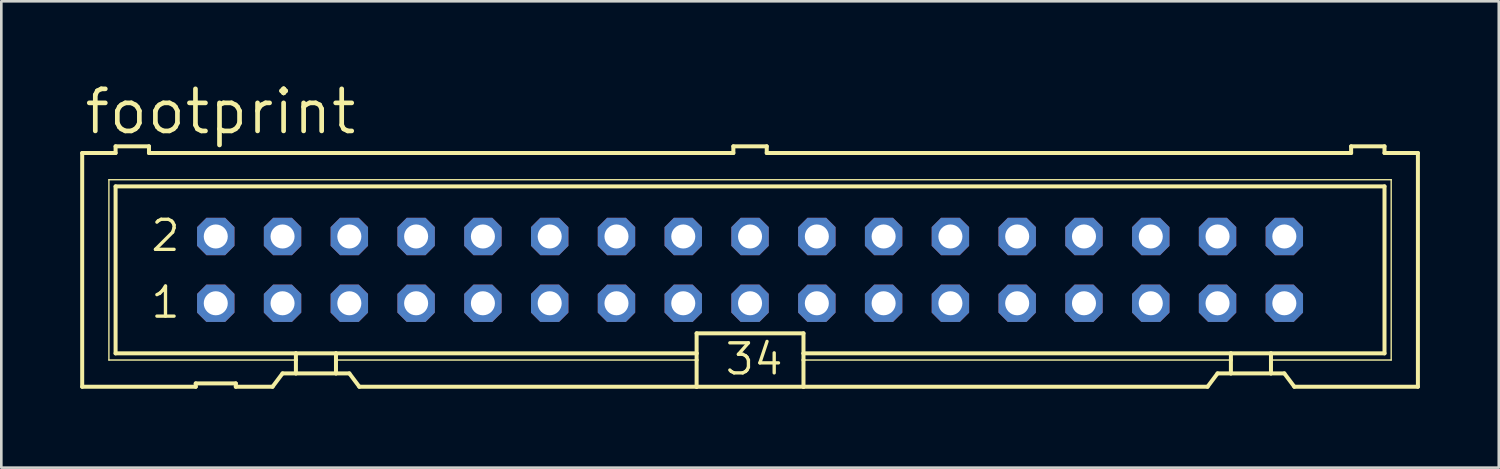
<source format=kicad_pcb>
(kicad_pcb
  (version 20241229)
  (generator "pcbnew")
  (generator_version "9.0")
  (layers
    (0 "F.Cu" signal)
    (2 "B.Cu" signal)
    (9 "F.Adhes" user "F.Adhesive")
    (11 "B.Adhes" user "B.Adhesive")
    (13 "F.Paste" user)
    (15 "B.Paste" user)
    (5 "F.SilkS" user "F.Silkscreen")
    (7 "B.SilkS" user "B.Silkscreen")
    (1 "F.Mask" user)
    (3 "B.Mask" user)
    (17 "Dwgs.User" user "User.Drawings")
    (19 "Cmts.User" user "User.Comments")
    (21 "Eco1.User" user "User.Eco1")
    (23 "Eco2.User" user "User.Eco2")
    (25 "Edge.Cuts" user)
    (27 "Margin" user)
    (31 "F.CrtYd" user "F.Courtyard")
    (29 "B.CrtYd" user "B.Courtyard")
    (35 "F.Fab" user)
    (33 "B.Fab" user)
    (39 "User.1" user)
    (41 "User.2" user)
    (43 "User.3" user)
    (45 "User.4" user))
  (footprint "footprint"
    (layer "F.Cu")
    (at 25.476 7.214)
    (property "Reference" "footprint" (at -25.4 -5.08 0) (layer "F.SilkS") (effects (font (size 1.6 1.6) (thickness 0.178)) (justify left bottom)))
    (fp_line (start -25.4 -4.445) (end -25.4 4.445) (stroke (width 0.152) (type solid)) (layer "F.SilkS"))
    (fp_line (start -25.4 -4.445) (end -24.13 -4.445) (stroke (width 0.152) (type solid)) (layer "F.SilkS"))
    (fp_line (start -25.4 4.445) (end -21.082 4.445) (stroke (width 0.152) (type solid)) (layer "F.SilkS"))
    (fp_line (start -24.384 -3.429) (end -24.384 3.429) (stroke (width 0.051) (type solid)) (layer "F.SilkS"))
    (fp_line (start -24.384 3.429) (end -17.272 3.429) (stroke (width 0.051) (type solid)) (layer "F.SilkS"))
    (fp_line (start -24.13 -4.699) (end -24.13 -4.445) (stroke (width 0.152) (type solid)) (layer "F.SilkS"))
    (fp_line (start -24.13 -3.175) (end -24.13 3.175) (stroke (width 0.152) (type solid)) (layer "F.SilkS"))
    (fp_line (start -24.13 -3.175) (end 24.13 -3.175) (stroke (width 0.152) (type solid)) (layer "F.SilkS"))
    (fp_line (start -22.86 -4.699) (end -24.13 -4.699) (stroke (width 0.152) (type solid)) (layer "F.SilkS"))
    (fp_line (start -22.86 -4.699) (end -22.86 -4.445) (stroke (width 0.152) (type solid)) (layer "F.SilkS"))
    (fp_line (start -22.86 -4.445) (end -0.635 -4.445) (stroke (width 0.152) (type solid)) (layer "F.SilkS"))
    (fp_line (start -21.082 4.318) (end -21.082 4.445) (stroke (width 0.152) (type solid)) (layer "F.SilkS"))
    (fp_line (start -21.082 4.318) (end -19.558 4.318) (stroke (width 0.152) (type solid)) (layer "F.SilkS"))
    (fp_line (start -19.558 4.445) (end -19.558 4.318) (stroke (width 0.152) (type solid)) (layer "F.SilkS"))
    (fp_line (start -19.558 4.445) (end -18.161 4.445) (stroke (width 0.152) (type solid)) (layer "F.SilkS"))
    (fp_line (start -18.161 4.445) (end -17.78 3.937) (stroke (width 0.152) (type solid)) (layer "F.SilkS"))
    (fp_line (start -17.272 3.175) (end -24.13 3.175) (stroke (width 0.152) (type solid)) (layer "F.SilkS"))
    (fp_line (start -17.272 3.175) (end -17.272 3.429) (stroke (width 0.152) (type solid)) (layer "F.SilkS"))
    (fp_line (start -17.272 3.429) (end -17.272 3.937) (stroke (width 0.152) (type solid)) (layer "F.SilkS"))
    (fp_line (start -17.272 3.937) (end -17.78 3.937) (stroke (width 0.152) (type solid)) (layer "F.SilkS"))
    (fp_line (start -15.748 3.175) (end -17.272 3.175) (stroke (width 0.152) (type solid)) (layer "F.SilkS"))
    (fp_line (start -15.748 3.175) (end -15.748 3.429) (stroke (width 0.152) (type solid)) (layer "F.SilkS"))
    (fp_line (start -15.748 3.429) (end -15.748 3.937) (stroke (width 0.152) (type solid)) (layer "F.SilkS"))
    (fp_line (start -15.748 3.429) (end -2.032 3.429) (stroke (width 0.051) (type solid)) (layer "F.SilkS"))
    (fp_line (start -15.748 3.937) (end -17.272 3.937) (stroke (width 0.152) (type solid)) (layer "F.SilkS"))
    (fp_line (start -15.24 3.937) (end -15.748 3.937) (stroke (width 0.152) (type solid)) (layer "F.SilkS"))
    (fp_line (start -15.24 3.937) (end -14.859 4.445) (stroke (width 0.152) (type solid)) (layer "F.SilkS"))
    (fp_line (start -14.859 4.445) (end -2.032 4.445) (stroke (width 0.152) (type solid)) (layer "F.SilkS"))
    (fp_line (start -2.032 3.175) (end -15.748 3.175) (stroke (width 0.152) (type solid)) (layer "F.SilkS"))
    (fp_line (start -2.032 3.175) (end -2.032 2.413) (stroke (width 0.152) (type solid)) (layer "F.SilkS"))
    (fp_line (start -2.032 3.175) (end -2.032 3.429) (stroke (width 0.152) (type solid)) (layer "F.SilkS"))
    (fp_line (start -2.032 3.429) (end -2.032 4.445) (stroke (width 0.152) (type solid)) (layer "F.SilkS"))
    (fp_line (start -0.635 -4.699) (end -0.635 -4.445) (stroke (width 0.152) (type solid)) (layer "F.SilkS"))
    (fp_line (start 0.635 -4.699) (end -0.635 -4.699) (stroke (width 0.152) (type solid)) (layer "F.SilkS"))
    (fp_line (start 0.635 -4.699) (end 0.635 -4.445) (stroke (width 0.152) (type solid)) (layer "F.SilkS"))
    (fp_line (start 0.635 -4.445) (end 22.86 -4.445) (stroke (width 0.152) (type solid)) (layer "F.SilkS"))
    (fp_line (start 2.032 2.413) (end -2.032 2.413) (stroke (width 0.152) (type solid)) (layer "F.SilkS"))
    (fp_line (start 2.032 2.413) (end 2.032 3.175) (stroke (width 0.152) (type solid)) (layer "F.SilkS"))
    (fp_line (start 2.032 3.175) (end 2.032 3.429) (stroke (width 0.152) (type solid)) (layer "F.SilkS"))
    (fp_line (start 2.032 3.429) (end 2.032 4.445) (stroke (width 0.152) (type solid)) (layer "F.SilkS"))
    (fp_line (start 2.032 4.445) (end -2.032 4.445) (stroke (width 0.152) (type solid)) (layer "F.SilkS"))
    (fp_line (start 17.399 4.445) (end 2.032 4.445) (stroke (width 0.152) (type solid)) (layer "F.SilkS"))
    (fp_line (start 17.399 4.445) (end 17.78 3.937) (stroke (width 0.152) (type solid)) (layer "F.SilkS"))
    (fp_line (start 18.288 3.175) (end 2.032 3.175) (stroke (width 0.152) (type solid)) (layer "F.SilkS"))
    (fp_line (start 18.288 3.175) (end 18.288 3.429) (stroke (width 0.152) (type solid)) (layer "F.SilkS"))
    (fp_line (start 18.288 3.429) (end 2.032 3.429) (stroke (width 0.051) (type solid)) (layer "F.SilkS"))
    (fp_line (start 18.288 3.429) (end 18.288 3.937) (stroke (width 0.152) (type solid)) (layer "F.SilkS"))
    (fp_line (start 18.288 3.937) (end 17.78 3.937) (stroke (width 0.152) (type solid)) (layer "F.SilkS"))
    (fp_line (start 19.812 3.175) (end 18.288 3.175) (stroke (width 0.152) (type solid)) (layer "F.SilkS"))
    (fp_line (start 19.812 3.175) (end 19.812 3.429) (stroke (width 0.152) (type solid)) (layer "F.SilkS"))
    (fp_line (start 19.812 3.429) (end 19.812 3.937) (stroke (width 0.152) (type solid)) (layer "F.SilkS"))
    (fp_line (start 19.812 3.429) (end 24.384 3.429) (stroke (width 0.051) (type solid)) (layer "F.SilkS"))
    (fp_line (start 19.812 3.937) (end 18.288 3.937) (stroke (width 0.152) (type solid)) (layer "F.SilkS"))
    (fp_line (start 20.32 3.937) (end 19.812 3.937) (stroke (width 0.152) (type solid)) (layer "F.SilkS"))
    (fp_line (start 20.32 3.937) (end 20.701 4.445) (stroke (width 0.152) (type solid)) (layer "F.SilkS"))
    (fp_line (start 22.86 -4.445) (end 22.86 -4.699) (stroke (width 0.152) (type solid)) (layer "F.SilkS"))
    (fp_line (start 24.13 -4.699) (end 22.86 -4.699) (stroke (width 0.152) (type solid)) (layer "F.SilkS"))
    (fp_line (start 24.13 -4.445) (end 24.13 -4.699) (stroke (width 0.152) (type solid)) (layer "F.SilkS"))
    (fp_line (start 24.13 -4.445) (end 25.4 -4.445) (stroke (width 0.152) (type solid)) (layer "F.SilkS"))
    (fp_line (start 24.13 3.175) (end 19.812 3.175) (stroke (width 0.152) (type solid)) (layer "F.SilkS"))
    (fp_line (start 24.13 3.175) (end 24.13 -3.175) (stroke (width 0.152) (type solid)) (layer "F.SilkS"))
    (fp_line (start 24.384 -3.429) (end -24.384 -3.429) (stroke (width 0.051) (type solid)) (layer "F.SilkS"))
    (fp_line (start 24.384 3.429) (end 24.384 -3.429) (stroke (width 0.051) (type solid)) (layer "F.SilkS"))
    (fp_line (start 25.4 4.445) (end 20.701 4.445) (stroke (width 0.152) (type solid)) (layer "F.SilkS"))
    (fp_line (start 25.4 4.445) (end 25.4 -4.445) (stroke (width 0.152) (type solid)) (layer "F.SilkS"))
    (fp_poly (pts (xy -20.574 -1.016) (xy -20.066 -1.016) (xy -20.066 -1.524) (xy -20.574 -1.524)) (stroke (width 0.1) (type solid)) (fill no) (layer "F.Fab"))
    (fp_poly (pts (xy -20.574 1.524) (xy -20.066 1.524) (xy -20.066 1.016) (xy -20.574 1.016)) (stroke (width 0.1) (type solid)) (fill no) (layer "F.Fab"))
    (fp_poly (pts (xy -18.034 -1.016) (xy -17.526 -1.016) (xy -17.526 -1.524) (xy -18.034 -1.524)) (stroke (width 0.1) (type solid)) (fill no) (layer "F.Fab"))
    (fp_poly (pts (xy -18.034 1.524) (xy -17.526 1.524) (xy -17.526 1.016) (xy -18.034 1.016)) (stroke (width 0.1) (type solid)) (fill no) (layer "F.Fab"))
    (fp_poly (pts (xy -15.494 -1.016) (xy -14.986 -1.016) (xy -14.986 -1.524) (xy -15.494 -1.524)) (stroke (width 0.1) (type solid)) (fill no) (layer "F.Fab"))
    (fp_poly (pts (xy -15.494 1.524) (xy -14.986 1.524) (xy -14.986 1.016) (xy -15.494 1.016)) (stroke (width 0.1) (type solid)) (fill no) (layer "F.Fab"))
    (fp_poly (pts (xy -12.954 -1.016) (xy -12.446 -1.016) (xy -12.446 -1.524) (xy -12.954 -1.524)) (stroke (width 0.1) (type solid)) (fill no) (layer "F.Fab"))
    (fp_poly (pts (xy -12.954 1.524) (xy -12.446 1.524) (xy -12.446 1.016) (xy -12.954 1.016)) (stroke (width 0.1) (type solid)) (fill no) (layer "F.Fab"))
    (fp_poly (pts (xy -10.414 -1.016) (xy -9.906 -1.016) (xy -9.906 -1.524) (xy -10.414 -1.524)) (stroke (width 0.1) (type solid)) (fill no) (layer "F.Fab"))
    (fp_poly (pts (xy -10.414 1.524) (xy -9.906 1.524) (xy -9.906 1.016) (xy -10.414 1.016)) (stroke (width 0.1) (type solid)) (fill no) (layer "F.Fab"))
    (fp_poly (pts (xy -7.874 -1.016) (xy -7.366 -1.016) (xy -7.366 -1.524) (xy -7.874 -1.524)) (stroke (width 0.1) (type solid)) (fill no) (layer "F.Fab"))
    (fp_poly (pts (xy -7.874 1.524) (xy -7.366 1.524) (xy -7.366 1.016) (xy -7.874 1.016)) (stroke (width 0.1) (type solid)) (fill no) (layer "F.Fab"))
    (fp_poly (pts (xy -5.334 -1.016) (xy -4.826 -1.016) (xy -4.826 -1.524) (xy -5.334 -1.524)) (stroke (width 0.1) (type solid)) (fill no) (layer "F.Fab"))
    (fp_poly (pts (xy -5.334 1.524) (xy -4.826 1.524) (xy -4.826 1.016) (xy -5.334 1.016)) (stroke (width 0.1) (type solid)) (fill no) (layer "F.Fab"))
    (fp_poly (pts (xy -2.794 -1.016) (xy -2.286 -1.016) (xy -2.286 -1.524) (xy -2.794 -1.524)) (stroke (width 0.1) (type solid)) (fill no) (layer "F.Fab"))
    (fp_poly (pts (xy -2.794 1.524) (xy -2.286 1.524) (xy -2.286 1.016) (xy -2.794 1.016)) (stroke (width 0.1) (type solid)) (fill no) (layer "F.Fab"))
    (fp_poly (pts (xy -0.254 -1.016) (xy 0.254 -1.016) (xy 0.254 -1.524) (xy -0.254 -1.524)) (stroke (width 0.1) (type solid)) (fill no) (layer "F.Fab"))
    (fp_poly (pts (xy -0.254 1.524) (xy 0.254 1.524) (xy 0.254 1.016) (xy -0.254 1.016)) (stroke (width 0.1) (type solid)) (fill no) (layer "F.Fab"))
    (fp_poly (pts (xy 2.286 -1.016) (xy 2.794 -1.016) (xy 2.794 -1.524) (xy 2.286 -1.524)) (stroke (width 0.1) (type solid)) (fill no) (layer "F.Fab"))
    (fp_poly (pts (xy 2.286 1.524) (xy 2.794 1.524) (xy 2.794 1.016) (xy 2.286 1.016)) (stroke (width 0.1) (type solid)) (fill no) (layer "F.Fab"))
    (fp_poly (pts (xy 4.826 -1.016) (xy 5.334 -1.016) (xy 5.334 -1.524) (xy 4.826 -1.524)) (stroke (width 0.1) (type solid)) (fill no) (layer "F.Fab"))
    (fp_poly (pts (xy 4.826 1.524) (xy 5.334 1.524) (xy 5.334 1.016) (xy 4.826 1.016)) (stroke (width 0.1) (type solid)) (fill no) (layer "F.Fab"))
    (fp_poly (pts (xy 7.366 -1.016) (xy 7.874 -1.016) (xy 7.874 -1.524) (xy 7.366 -1.524)) (stroke (width 0.1) (type solid)) (fill no) (layer "F.Fab"))
    (fp_poly (pts (xy 7.366 1.524) (xy 7.874 1.524) (xy 7.874 1.016) (xy 7.366 1.016)) (stroke (width 0.1) (type solid)) (fill no) (layer "F.Fab"))
    (fp_poly (pts (xy 9.906 -1.016) (xy 10.414 -1.016) (xy 10.414 -1.524) (xy 9.906 -1.524)) (stroke (width 0.1) (type solid)) (fill no) (layer "F.Fab"))
    (fp_poly (pts (xy 9.906 1.524) (xy 10.414 1.524) (xy 10.414 1.016) (xy 9.906 1.016)) (stroke (width 0.1) (type solid)) (fill no) (layer "F.Fab"))
    (fp_poly (pts (xy 12.446 -1.016) (xy 12.954 -1.016) (xy 12.954 -1.524) (xy 12.446 -1.524)) (stroke (width 0.1) (type solid)) (fill no) (layer "F.Fab"))
    (fp_poly (pts (xy 12.446 1.524) (xy 12.954 1.524) (xy 12.954 1.016) (xy 12.446 1.016)) (stroke (width 0.1) (type solid)) (fill no) (layer "F.Fab"))
    (fp_poly (pts (xy 14.986 -1.016) (xy 15.494 -1.016) (xy 15.494 -1.524) (xy 14.986 -1.524)) (stroke (width 0.1) (type solid)) (fill no) (layer "F.Fab"))
    (fp_poly (pts (xy 14.986 1.524) (xy 15.494 1.524) (xy 15.494 1.016) (xy 14.986 1.016)) (stroke (width 0.1) (type solid)) (fill no) (layer "F.Fab"))
    (fp_poly (pts (xy 17.526 -1.016) (xy 18.034 -1.016) (xy 18.034 -1.524) (xy 17.526 -1.524)) (stroke (width 0.1) (type solid)) (fill no) (layer "F.Fab"))
    (fp_poly (pts (xy 17.526 1.524) (xy 18.034 1.524) (xy 18.034 1.016) (xy 17.526 1.016)) (stroke (width 0.1) (type solid)) (fill no) (layer "F.Fab"))
    (fp_poly (pts (xy 20.066 -1.016) (xy 20.574 -1.016) (xy 20.574 -1.524) (xy 20.066 -1.524)) (stroke (width 0.1) (type solid)) (fill no) (layer "F.Fab"))
    (fp_poly (pts (xy 20.066 1.524) (xy 20.574 1.524) (xy 20.574 1.016) (xy 20.066 1.016)) (stroke (width 0.1) (type solid)) (fill no) (layer "F.Fab"))
    (fp_text user "34" (at -1.016 4.064 0) (layer "F.SilkS") (effects (font (size 1.143 1.143) (thickness 0.127)) (justify left bottom)))
    (fp_text user "2" (at -22.86 -0.635 0) (layer "F.SilkS") (effects (font (size 1.143 1.143) (thickness 0.127)) (justify left bottom)))
    (fp_text user "1" (at -22.86 1.905 0) (layer "F.SilkS") (effects (font (size 1.143 1.143) (thickness 0.127)) (justify left bottom)))
    (pad "1" thru_hole roundrect (at -20.32 1.27) (size 1.422 1.422) (drill 0.914) (layers "*.Cu" "*.Mask") (roundrect_rratio 0.25) (chamfer_ratio 0.25) (chamfer top_left top_right bottom_left bottom_right))
    (pad "2" thru_hole roundrect (at -20.32 -1.27) (size 1.422 1.422) (drill 0.914) (layers "*.Cu" "*.Mask") (roundrect_rratio 0.25) (chamfer_ratio 0.25) (chamfer top_left top_right bottom_left bottom_right))
    (pad "3" thru_hole roundrect (at -17.78 1.27) (size 1.422 1.422) (drill 0.914) (layers "*.Cu" "*.Mask") (roundrect_rratio 0.25) (chamfer_ratio 0.25) (chamfer top_left top_right bottom_left bottom_right))
    (pad "4" thru_hole roundrect (at -17.78 -1.27) (size 1.422 1.422) (drill 0.914) (layers "*.Cu" "*.Mask") (roundrect_rratio 0.25) (chamfer_ratio 0.25) (chamfer top_left top_right bottom_left bottom_right))
    (pad "5" thru_hole roundrect (at -15.24 1.27) (size 1.422 1.422) (drill 0.914) (layers "*.Cu" "*.Mask") (roundrect_rratio 0.25) (chamfer_ratio 0.25) (chamfer top_left top_right bottom_left bottom_right))
    (pad "6" thru_hole roundrect (at -15.24 -1.27) (size 1.422 1.422) (drill 0.914) (layers "*.Cu" "*.Mask") (roundrect_rratio 0.25) (chamfer_ratio 0.25) (chamfer top_left top_right bottom_left bottom_right))
    (pad "7" thru_hole roundrect (at -12.7 1.27) (size 1.422 1.422) (drill 0.914) (layers "*.Cu" "*.Mask") (roundrect_rratio 0.25) (chamfer_ratio 0.25) (chamfer top_left top_right bottom_left bottom_right))
    (pad "8" thru_hole roundrect (at -12.7 -1.27) (size 1.422 1.422) (drill 0.914) (layers "*.Cu" "*.Mask") (roundrect_rratio 0.25) (chamfer_ratio 0.25) (chamfer top_left top_right bottom_left bottom_right))
    (pad "9" thru_hole roundrect (at -10.16 1.27) (size 1.422 1.422) (drill 0.914) (layers "*.Cu" "*.Mask") (roundrect_rratio 0.25) (chamfer_ratio 0.25) (chamfer top_left top_right bottom_left bottom_right))
    (pad "10" thru_hole roundrect (at -10.16 -1.27) (size 1.422 1.422) (drill 0.914) (layers "*.Cu" "*.Mask") (roundrect_rratio 0.25) (chamfer_ratio 0.25) (chamfer top_left top_right bottom_left bottom_right))
    (pad "11" thru_hole roundrect (at -7.62 1.27) (size 1.422 1.422) (drill 0.914) (layers "*.Cu" "*.Mask") (roundrect_rratio 0.25) (chamfer_ratio 0.25) (chamfer top_left top_right bottom_left bottom_right))
    (pad "12" thru_hole roundrect (at -7.62 -1.27) (size 1.422 1.422) (drill 0.914) (layers "*.Cu" "*.Mask") (roundrect_rratio 0.25) (chamfer_ratio 0.25) (chamfer top_left top_right bottom_left bottom_right))
    (pad "13" thru_hole roundrect (at -5.08 1.27) (size 1.422 1.422) (drill 0.914) (layers "*.Cu" "*.Mask") (roundrect_rratio 0.25) (chamfer_ratio 0.25) (chamfer top_left top_right bottom_left bottom_right))
    (pad "14" thru_hole roundrect (at -5.08 -1.27) (size 1.422 1.422) (drill 0.914) (layers "*.Cu" "*.Mask") (roundrect_rratio 0.25) (chamfer_ratio 0.25) (chamfer top_left top_right bottom_left bottom_right))
    (pad "15" thru_hole roundrect (at -2.54 1.27) (size 1.422 1.422) (drill 0.914) (layers "*.Cu" "*.Mask") (roundrect_rratio 0.25) (chamfer_ratio 0.25) (chamfer top_left top_right bottom_left bottom_right))
    (pad "16" thru_hole roundrect (at -2.54 -1.27) (size 1.422 1.422) (drill 0.914) (layers "*.Cu" "*.Mask") (roundrect_rratio 0.25) (chamfer_ratio 0.25) (chamfer top_left top_right bottom_left bottom_right))
    (pad "17" thru_hole roundrect (at 0 1.27) (size 1.422 1.422) (drill 0.914) (layers "*.Cu" "*.Mask") (roundrect_rratio 0.25) (chamfer_ratio 0.25) (chamfer top_left top_right bottom_left bottom_right))
    (pad "18" thru_hole roundrect (at 0 -1.27) (size 1.422 1.422) (drill 0.914) (layers "*.Cu" "*.Mask") (roundrect_rratio 0.25) (chamfer_ratio 0.25) (chamfer top_left top_right bottom_left bottom_right))
    (pad "19" thru_hole roundrect (at 2.54 1.27) (size 1.422 1.422) (drill 0.914) (layers "*.Cu" "*.Mask") (roundrect_rratio 0.25) (chamfer_ratio 0.25) (chamfer top_left top_right bottom_left bottom_right))
    (pad "20" thru_hole roundrect (at 2.54 -1.27) (size 1.422 1.422) (drill 0.914) (layers "*.Cu" "*.Mask") (roundrect_rratio 0.25) (chamfer_ratio 0.25) (chamfer top_left top_right bottom_left bottom_right))
    (pad "21" thru_hole roundrect (at 5.08 1.27) (size 1.422 1.422) (drill 0.914) (layers "*.Cu" "*.Mask") (roundrect_rratio 0.25) (chamfer_ratio 0.25) (chamfer top_left top_right bottom_left bottom_right))
    (pad "22" thru_hole roundrect (at 5.08 -1.27) (size 1.422 1.422) (drill 0.914) (layers "*.Cu" "*.Mask") (roundrect_rratio 0.25) (chamfer_ratio 0.25) (chamfer top_left top_right bottom_left bottom_right))
    (pad "23" thru_hole roundrect (at 7.62 1.27) (size 1.422 1.422) (drill 0.914) (layers "*.Cu" "*.Mask") (roundrect_rratio 0.25) (chamfer_ratio 0.25) (chamfer top_left top_right bottom_left bottom_right))
    (pad "24" thru_hole roundrect (at 7.62 -1.27) (size 1.422 1.422) (drill 0.914) (layers "*.Cu" "*.Mask") (roundrect_rratio 0.25) (chamfer_ratio 0.25) (chamfer top_left top_right bottom_left bottom_right))
    (pad "25" thru_hole roundrect (at 10.16 1.27) (size 1.422 1.422) (drill 0.914) (layers "*.Cu" "*.Mask") (roundrect_rratio 0.25) (chamfer_ratio 0.25) (chamfer top_left top_right bottom_left bottom_right))
    (pad "26" thru_hole roundrect (at 10.16 -1.27) (size 1.422 1.422) (drill 0.914) (layers "*.Cu" "*.Mask") (roundrect_rratio 0.25) (chamfer_ratio 0.25) (chamfer top_left top_right bottom_left bottom_right))
    (pad "27" thru_hole roundrect (at 12.7 1.27) (size 1.422 1.422) (drill 0.914) (layers "*.Cu" "*.Mask") (roundrect_rratio 0.25) (chamfer_ratio 0.25) (chamfer top_left top_right bottom_left bottom_right))
    (pad "28" thru_hole roundrect (at 12.7 -1.27) (size 1.422 1.422) (drill 0.914) (layers "*.Cu" "*.Mask") (roundrect_rratio 0.25) (chamfer_ratio 0.25) (chamfer top_left top_right bottom_left bottom_right))
    (pad "29" thru_hole roundrect (at 15.24 1.27) (size 1.422 1.422) (drill 0.914) (layers "*.Cu" "*.Mask") (roundrect_rratio 0.25) (chamfer_ratio 0.25) (chamfer top_left top_right bottom_left bottom_right))
    (pad "30" thru_hole roundrect (at 15.24 -1.27) (size 1.422 1.422) (drill 0.914) (layers "*.Cu" "*.Mask") (roundrect_rratio 0.25) (chamfer_ratio 0.25) (chamfer top_left top_right bottom_left bottom_right))
    (pad "31" thru_hole roundrect (at 17.78 1.27) (size 1.422 1.422) (drill 0.914) (layers "*.Cu" "*.Mask") (roundrect_rratio 0.25) (chamfer_ratio 0.25) (chamfer top_left top_right bottom_left bottom_right))
    (pad "32" thru_hole roundrect (at 17.78 -1.27) (size 1.422 1.422) (drill 0.914) (layers "*.Cu" "*.Mask") (roundrect_rratio 0.25) (chamfer_ratio 0.25) (chamfer top_left top_right bottom_left bottom_right))
    (pad "33" thru_hole roundrect (at 20.32 1.27) (size 1.422 1.422) (drill 0.914) (layers "*.Cu" "*.Mask") (roundrect_rratio 0.25) (chamfer_ratio 0.25) (chamfer top_left top_right bottom_left bottom_right))
    (pad "34" thru_hole roundrect (at 20.32 -1.27) (size 1.422 1.422) (drill 0.914) (layers "*.Cu" "*.Mask") (roundrect_rratio 0.25) (chamfer_ratio 0.25) (chamfer top_left top_right bottom_left bottom_right)))
  (gr_rect
    (start -3 -3)
    (end 53.952 14.735)
    (stroke (width 0.1) (type default))
    (fill no)
    (layer "Edge.Cuts")))
</source>
